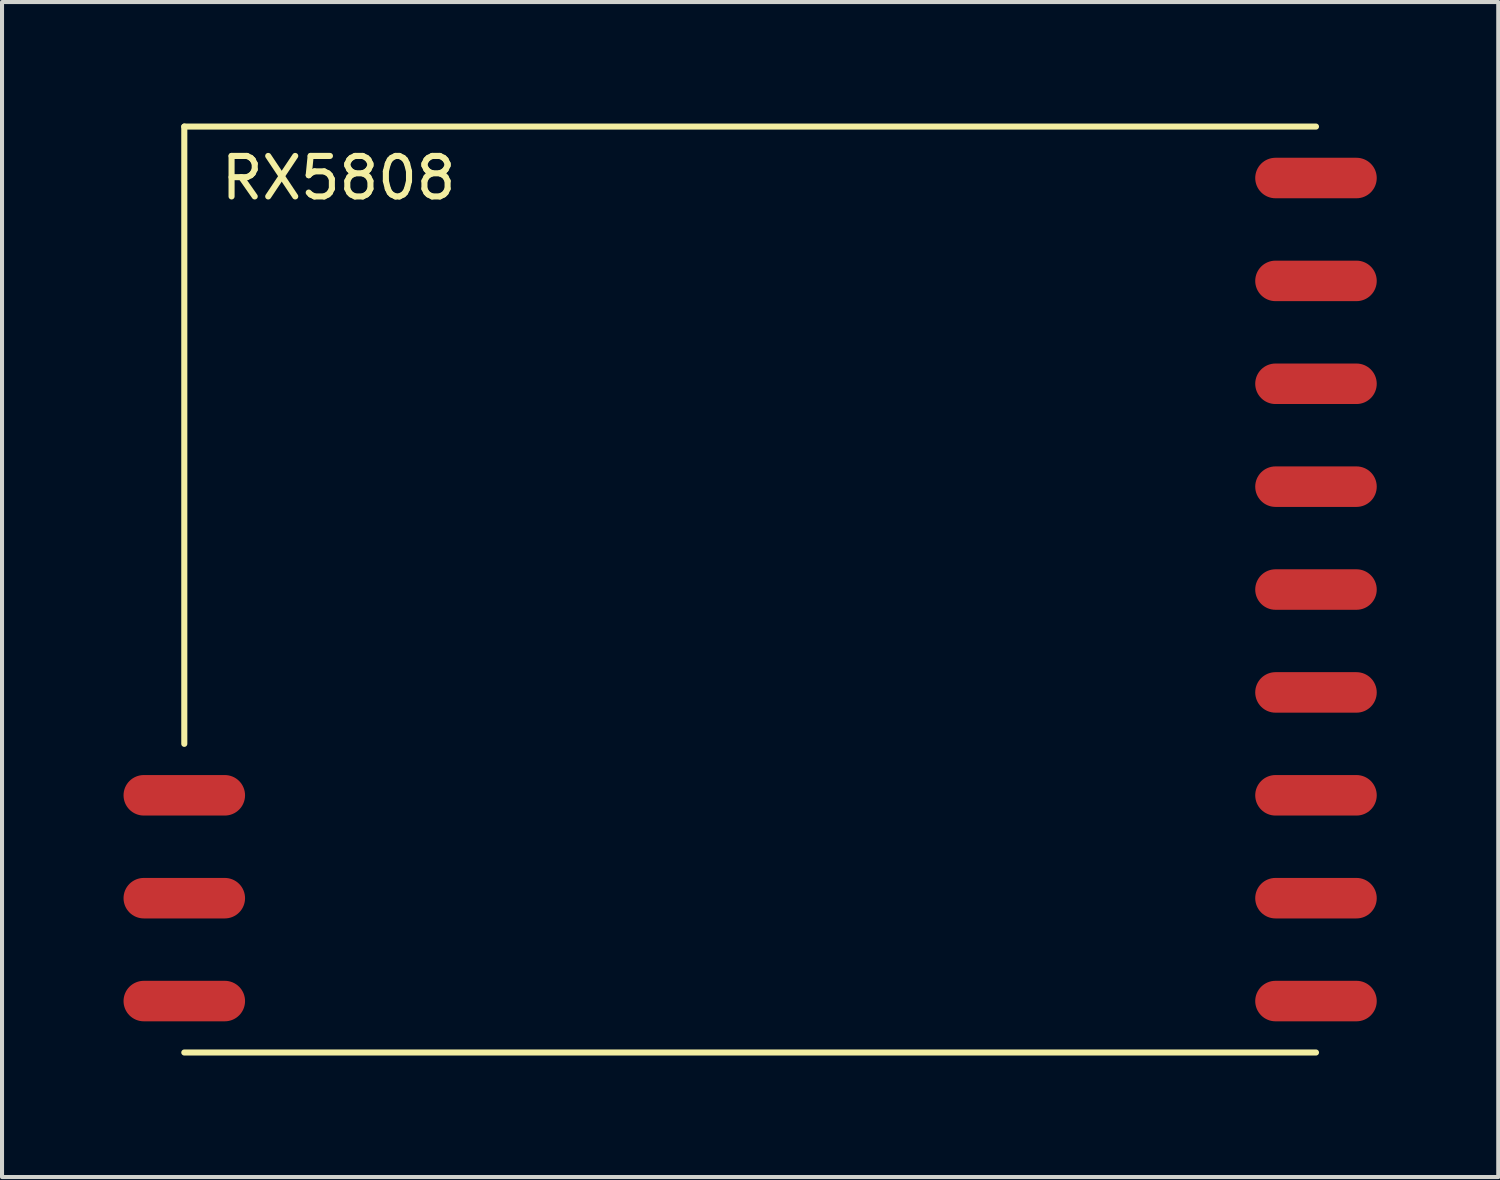
<source format=kicad_pcb>
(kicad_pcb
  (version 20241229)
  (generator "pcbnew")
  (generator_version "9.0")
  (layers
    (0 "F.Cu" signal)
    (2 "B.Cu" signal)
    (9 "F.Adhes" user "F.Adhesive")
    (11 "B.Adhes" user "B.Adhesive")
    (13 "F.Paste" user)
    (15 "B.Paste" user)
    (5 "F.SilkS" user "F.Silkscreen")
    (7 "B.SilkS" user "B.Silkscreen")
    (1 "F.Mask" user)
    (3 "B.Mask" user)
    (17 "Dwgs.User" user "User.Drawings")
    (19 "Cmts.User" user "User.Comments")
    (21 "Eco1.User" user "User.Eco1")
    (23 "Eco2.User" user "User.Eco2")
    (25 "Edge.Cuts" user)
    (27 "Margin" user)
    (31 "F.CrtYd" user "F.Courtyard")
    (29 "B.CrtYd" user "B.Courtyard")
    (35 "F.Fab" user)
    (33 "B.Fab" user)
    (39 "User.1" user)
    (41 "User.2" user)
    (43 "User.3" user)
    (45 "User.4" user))
  (footprint "RX5808"
    (layer "F.Cu")
    (at 15.47 11.505)
    (property "Reference" "RX5808" (at -10.16 -10.16 0) (layer "F.SilkS") (effects (font (size 1 1) (thickness 0.15))))
    (attr through_hole)
    (fp_line (start -13.97 -11.43) (end 13.97 -11.43) (stroke (width 0.15) (type solid)) (layer "F.SilkS"))
    (fp_line (start -13.97 3.81) (end -13.97 -11.43) (stroke (width 0.15) (type solid)) (layer "F.SilkS"))
    (fp_line (start 13.97 11.43) (end -13.97 11.43) (stroke (width 0.15) (type solid)) (layer "F.SilkS"))
    (pad "1" smd oval (at 13.97 -10.16) (size 3 1) (layers "F.Cu" "F.Mask" "F.Paste"))
    (pad "2" smd oval (at 13.97 -7.62) (size 3 1) (layers "F.Cu" "F.Mask" "F.Paste"))
    (pad "3" smd oval (at 13.97 -5.08) (size 3 1) (layers "F.Cu" "F.Mask" "F.Paste"))
    (pad "4" smd oval (at 13.97 -2.54) (size 3 1) (layers "F.Cu" "F.Mask" "F.Paste"))
    (pad "5" smd oval (at 13.97 0) (size 3 1) (layers "F.Cu" "F.Mask" "F.Paste"))
    (pad "6" smd oval (at 13.97 2.54) (size 3 1) (layers "F.Cu" "F.Mask" "F.Paste"))
    (pad "7" smd oval (at 13.97 5.08) (size 3 1) (layers "F.Cu" "F.Mask" "F.Paste"))
    (pad "8" smd oval (at 13.97 7.62) (size 3 1) (layers "F.Cu" "F.Mask" "F.Paste"))
    (pad "9" smd oval (at 13.97 10.16) (size 3 1) (layers "F.Cu" "F.Mask" "F.Paste"))
    (pad "10" smd oval (at -13.97 5.08) (size 3 1) (layers "F.Cu" "F.Mask" "F.Paste"))
    (pad "11" smd oval (at -13.97 7.62) (size 3 1) (layers "F.Cu" "F.Mask" "F.Paste"))
    (pad "12" smd oval (at -13.97 10.16) (size 3 1) (layers "F.Cu" "F.Mask" "F.Paste")))
  (gr_rect
    (start -3 -3)
    (end 33.94 26.01)
    (stroke (width 0.1) (type default))
    (fill no)
    (layer "Edge.Cuts")))
</source>
